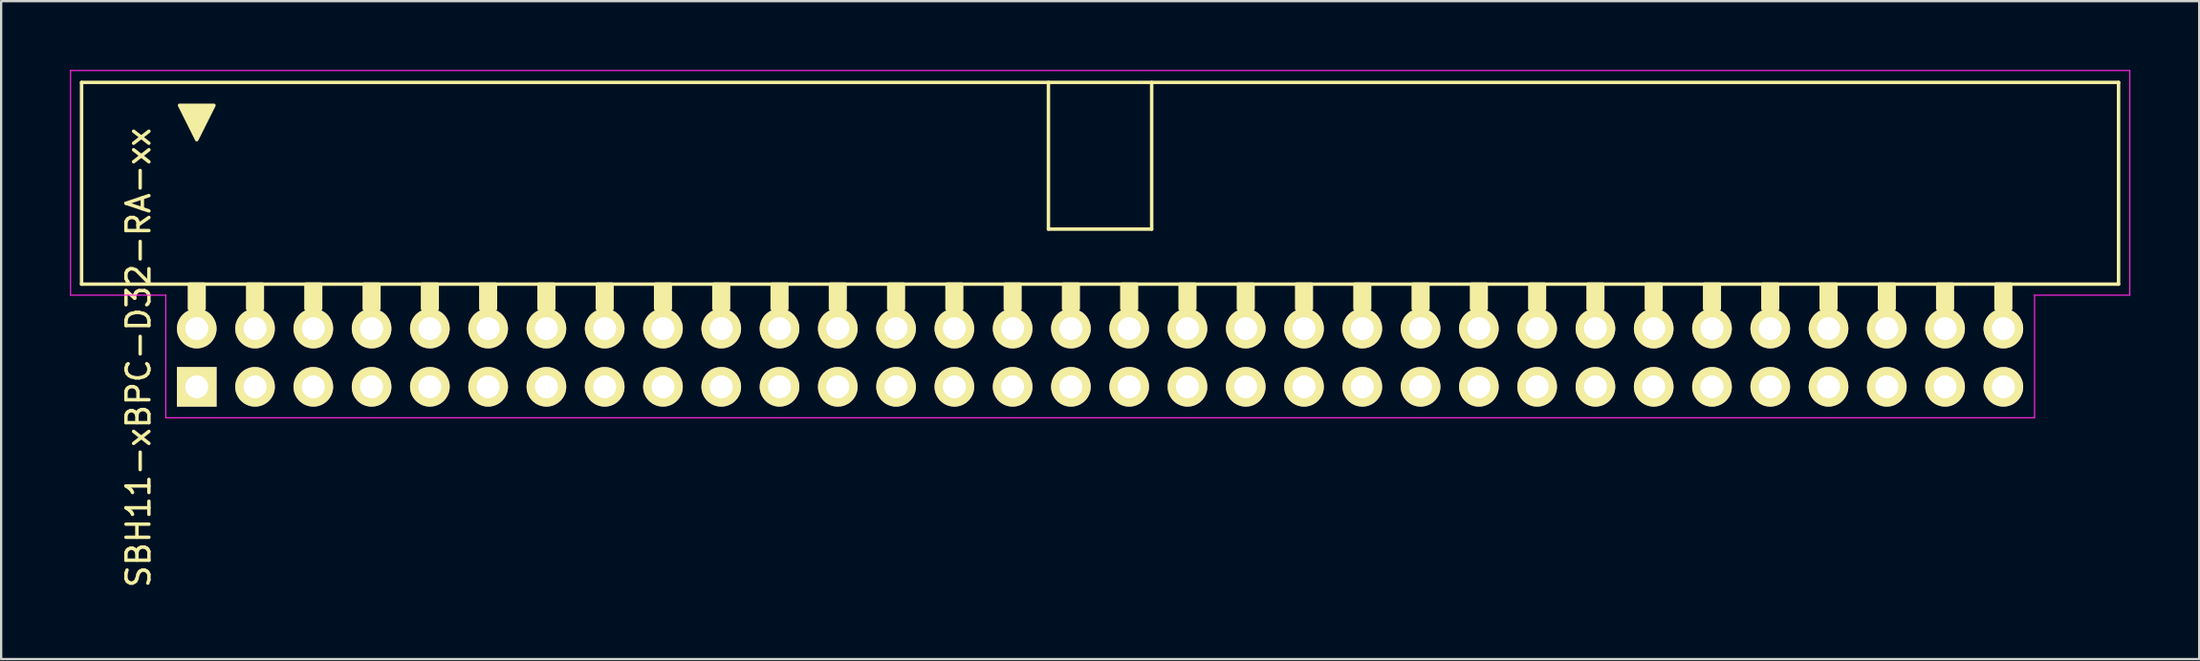
<source format=kicad_pcb>
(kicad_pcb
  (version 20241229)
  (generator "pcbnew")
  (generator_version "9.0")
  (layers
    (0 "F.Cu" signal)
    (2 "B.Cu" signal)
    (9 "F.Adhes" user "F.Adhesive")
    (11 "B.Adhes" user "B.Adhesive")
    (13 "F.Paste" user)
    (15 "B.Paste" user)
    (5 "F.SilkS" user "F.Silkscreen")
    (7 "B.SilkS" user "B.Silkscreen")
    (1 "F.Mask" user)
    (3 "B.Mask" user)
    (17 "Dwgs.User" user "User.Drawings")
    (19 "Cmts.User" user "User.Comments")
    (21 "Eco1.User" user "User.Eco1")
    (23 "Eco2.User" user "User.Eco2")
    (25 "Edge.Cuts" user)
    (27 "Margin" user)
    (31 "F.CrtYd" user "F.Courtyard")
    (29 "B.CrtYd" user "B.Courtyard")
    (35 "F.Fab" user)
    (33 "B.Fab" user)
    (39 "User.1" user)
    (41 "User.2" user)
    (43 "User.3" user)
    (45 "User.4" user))
  (footprint "SBH11-xBPC-D32-RA-xx"
    (layer "F.Cu")
    (at 5.525 13.825)
    (property "Reference" "SBH11-xBPC-D32-RA-xx" (at -2.54 -1.27 270) (layer "F.SilkS") (effects (font (size 1 1) (thickness 0.15))))
    (attr through_hole)
    (fp_line (start -5.02 -13.28) (end -5.02 -4.48) (stroke (width 0.15) (type solid)) (layer "F.SilkS"))
    (fp_line (start -5.02 -13.28) (end 83.76 -13.28) (stroke (width 0.15) (type solid)) (layer "F.SilkS"))
    (fp_line (start -5.02 -4.48) (end 83.76 -4.48) (stroke (width 0.15) (type solid)) (layer "F.SilkS"))
    (fp_line (start 37.12 -6.88) (end 37.12 -13.28) (stroke (width 0.15) (type solid)) (layer "F.SilkS"))
    (fp_line (start 37.12 -6.88) (end 41.62 -6.88) (stroke (width 0.15) (type solid)) (layer "F.SilkS"))
    (fp_line (start 41.62 -6.88) (end 41.62 -13.28) (stroke (width 0.15) (type solid)) (layer "F.SilkS"))
    (fp_line (start 83.76 -13.28) (end 83.76 -4.48) (stroke (width 0.15) (type solid)) (layer "F.SilkS"))
    (fp_poly (pts (xy 0 -10.78) (xy -0.75 -12.28) (xy 0.75 -12.28)) (stroke (width 0.15) (type solid)) (fill yes) (layer "F.SilkS"))
    (fp_poly (pts (xy 0.32 -4.48) (xy -0.32 -4.48) (xy -0.32 -3.404) (xy 0.32 -3.404)) (stroke (width 0.15) (type solid)) (fill yes) (layer "F.SilkS"))
    (fp_poly (pts (xy 2.86 -4.48) (xy 2.22 -4.48) (xy 2.22 -3.404) (xy 2.86 -3.404)) (stroke (width 0.15) (type solid)) (fill yes) (layer "F.SilkS"))
    (fp_poly (pts (xy 5.4 -4.48) (xy 4.76 -4.48) (xy 4.76 -3.404) (xy 5.4 -3.404)) (stroke (width 0.15) (type solid)) (fill yes) (layer "F.SilkS"))
    (fp_poly (pts (xy 7.94 -4.48) (xy 7.3 -4.48) (xy 7.3 -3.404) (xy 7.94 -3.404)) (stroke (width 0.15) (type solid)) (fill yes) (layer "F.SilkS"))
    (fp_poly (pts (xy 10.48 -4.48) (xy 9.84 -4.48) (xy 9.84 -3.404) (xy 10.48 -3.404)) (stroke (width 0.15) (type solid)) (fill yes) (layer "F.SilkS"))
    (fp_poly (pts (xy 13.02 -4.48) (xy 12.38 -4.48) (xy 12.38 -3.404) (xy 13.02 -3.404)) (stroke (width 0.15) (type solid)) (fill yes) (layer "F.SilkS"))
    (fp_poly (pts (xy 15.56 -4.48) (xy 14.92 -4.48) (xy 14.92 -3.404) (xy 15.56 -3.404)) (stroke (width 0.15) (type solid)) (fill yes) (layer "F.SilkS"))
    (fp_poly (pts (xy 18.1 -4.48) (xy 17.46 -4.48) (xy 17.46 -3.404) (xy 18.1 -3.404)) (stroke (width 0.15) (type solid)) (fill yes) (layer "F.SilkS"))
    (fp_poly (pts (xy 20.64 -4.48) (xy 20 -4.48) (xy 20 -3.404) (xy 20.64 -3.404)) (stroke (width 0.15) (type solid)) (fill yes) (layer "F.SilkS"))
    (fp_poly (pts (xy 23.18 -4.48) (xy 22.54 -4.48) (xy 22.54 -3.404) (xy 23.18 -3.404)) (stroke (width 0.15) (type solid)) (fill yes) (layer "F.SilkS"))
    (fp_poly (pts (xy 25.72 -4.48) (xy 25.08 -4.48) (xy 25.08 -3.404) (xy 25.72 -3.404)) (stroke (width 0.15) (type solid)) (fill yes) (layer "F.SilkS"))
    (fp_poly (pts (xy 28.26 -4.48) (xy 27.62 -4.48) (xy 27.62 -3.404) (xy 28.26 -3.404)) (stroke (width 0.15) (type solid)) (fill yes) (layer "F.SilkS"))
    (fp_poly (pts (xy 30.8 -4.48) (xy 30.16 -4.48) (xy 30.16 -3.404) (xy 30.8 -3.404)) (stroke (width 0.15) (type solid)) (fill yes) (layer "F.SilkS"))
    (fp_poly (pts (xy 33.34 -4.48) (xy 32.7 -4.48) (xy 32.7 -3.404) (xy 33.34 -3.404)) (stroke (width 0.15) (type solid)) (fill yes) (layer "F.SilkS"))
    (fp_poly (pts (xy 35.88 -4.48) (xy 35.24 -4.48) (xy 35.24 -3.404) (xy 35.88 -3.404)) (stroke (width 0.15) (type solid)) (fill yes) (layer "F.SilkS"))
    (fp_poly (pts (xy 38.42 -4.48) (xy 37.78 -4.48) (xy 37.78 -3.404) (xy 38.42 -3.404)) (stroke (width 0.15) (type solid)) (fill yes) (layer "F.SilkS"))
    (fp_poly (pts (xy 40.96 -4.48) (xy 40.32 -4.48) (xy 40.32 -3.404) (xy 40.96 -3.404)) (stroke (width 0.15) (type solid)) (fill yes) (layer "F.SilkS"))
    (fp_poly (pts (xy 43.5 -4.48) (xy 42.86 -4.48) (xy 42.86 -3.404) (xy 43.5 -3.404)) (stroke (width 0.15) (type solid)) (fill yes) (layer "F.SilkS"))
    (fp_poly (pts (xy 46.04 -4.48) (xy 45.4 -4.48) (xy 45.4 -3.404) (xy 46.04 -3.404)) (stroke (width 0.15) (type solid)) (fill yes) (layer "F.SilkS"))
    (fp_poly (pts (xy 48.58 -4.48) (xy 47.94 -4.48) (xy 47.94 -3.404) (xy 48.58 -3.404)) (stroke (width 0.15) (type solid)) (fill yes) (layer "F.SilkS"))
    (fp_poly (pts (xy 51.12 -4.48) (xy 50.48 -4.48) (xy 50.48 -3.404) (xy 51.12 -3.404)) (stroke (width 0.15) (type solid)) (fill yes) (layer "F.SilkS"))
    (fp_poly (pts (xy 53.66 -4.48) (xy 53.02 -4.48) (xy 53.02 -3.404) (xy 53.66 -3.404)) (stroke (width 0.15) (type solid)) (fill yes) (layer "F.SilkS"))
    (fp_poly (pts (xy 56.2 -4.48) (xy 55.56 -4.48) (xy 55.56 -3.404) (xy 56.2 -3.404)) (stroke (width 0.15) (type solid)) (fill yes) (layer "F.SilkS"))
    (fp_poly (pts (xy 58.74 -4.48) (xy 58.1 -4.48) (xy 58.1 -3.404) (xy 58.74 -3.404)) (stroke (width 0.15) (type solid)) (fill yes) (layer "F.SilkS"))
    (fp_poly (pts (xy 61.28 -4.48) (xy 60.64 -4.48) (xy 60.64 -3.404) (xy 61.28 -3.404)) (stroke (width 0.15) (type solid)) (fill yes) (layer "F.SilkS"))
    (fp_poly (pts (xy 63.82 -4.48) (xy 63.18 -4.48) (xy 63.18 -3.404) (xy 63.82 -3.404)) (stroke (width 0.15) (type solid)) (fill yes) (layer "F.SilkS"))
    (fp_poly (pts (xy 66.36 -4.48) (xy 65.72 -4.48) (xy 65.72 -3.404) (xy 66.36 -3.404)) (stroke (width 0.15) (type solid)) (fill yes) (layer "F.SilkS"))
    (fp_poly (pts (xy 68.9 -4.48) (xy 68.26 -4.48) (xy 68.26 -3.404) (xy 68.9 -3.404)) (stroke (width 0.15) (type solid)) (fill yes) (layer "F.SilkS"))
    (fp_poly (pts (xy 71.44 -4.48) (xy 70.8 -4.48) (xy 70.8 -3.404) (xy 71.44 -3.404)) (stroke (width 0.15) (type solid)) (fill yes) (layer "F.SilkS"))
    (fp_poly (pts (xy 73.98 -4.48) (xy 73.34 -4.48) (xy 73.34 -3.404) (xy 73.98 -3.404)) (stroke (width 0.15) (type solid)) (fill yes) (layer "F.SilkS"))
    (fp_poly (pts (xy 76.52 -4.48) (xy 75.88 -4.48) (xy 75.88 -3.404) (xy 76.52 -3.404)) (stroke (width 0.15) (type solid)) (fill yes) (layer "F.SilkS"))
    (fp_poly (pts (xy 79.06 -4.48) (xy 78.42 -4.48) (xy 78.42 -3.404) (xy 79.06 -3.404)) (stroke (width 0.15) (type solid)) (fill yes) (layer "F.SilkS"))
    (fp_line (start -5.5 -13.8) (end -5.5 -4) (stroke (width 0.05) (type solid)) (layer "F.CrtYd"))
    (fp_line (start -5.5 -13.8) (end 84.25 -13.8) (stroke (width 0.05) (type solid)) (layer "F.CrtYd"))
    (fp_line (start -5.5 -4) (end -1.35 -4) (stroke (width 0.05) (type solid)) (layer "F.CrtYd"))
    (fp_line (start -1.35 -4) (end -1.35 1.35) (stroke (width 0.05) (type solid)) (layer "F.CrtYd"))
    (fp_line (start -1.35 1.35) (end 80.1 1.35) (stroke (width 0.05) (type solid)) (layer "F.CrtYd"))
    (fp_line (start 80.1 -4) (end 80.1 1.35) (stroke (width 0.05) (type solid)) (layer "F.CrtYd"))
    (fp_line (start 84.25 -13.8) (end 84.25 -4) (stroke (width 0.05) (type solid)) (layer "F.CrtYd"))
    (fp_line (start 84.25 -4) (end 80.1 -4) (stroke (width 0.05) (type solid)) (layer "F.CrtYd"))
    (pad "1" thru_hole rect (at 0 0) (size 1.727 1.727) (drill 1) (layers "*.Cu" "*.Mask" "F.SilkS"))
    (pad "2" thru_hole circle (at 0 -2.54) (size 1.727 1.727) (drill 1) (layers "*.Cu" "*.Mask" "F.SilkS"))
    (pad "3" thru_hole circle (at 2.54 0) (size 1.727 1.727) (drill 1) (layers "*.Cu" "*.Mask" "F.SilkS"))
    (pad "4" thru_hole circle (at 2.54 -2.54) (size 1.727 1.727) (drill 1) (layers "*.Cu" "*.Mask" "F.SilkS"))
    (pad "5" thru_hole circle (at 5.08 0) (size 1.727 1.727) (drill 1) (layers "*.Cu" "*.Mask" "F.SilkS"))
    (pad "6" thru_hole circle (at 5.08 -2.54) (size 1.727 1.727) (drill 1) (layers "*.Cu" "*.Mask" "F.SilkS"))
    (pad "7" thru_hole circle (at 7.62 0) (size 1.727 1.727) (drill 1) (layers "*.Cu" "*.Mask" "F.SilkS"))
    (pad "8" thru_hole circle (at 7.62 -2.54) (size 1.727 1.727) (drill 1) (layers "*.Cu" "*.Mask" "F.SilkS"))
    (pad "9" thru_hole circle (at 10.16 0) (size 1.727 1.727) (drill 1) (layers "*.Cu" "*.Mask" "F.SilkS"))
    (pad "10" thru_hole circle (at 10.16 -2.54) (size 1.727 1.727) (drill 1) (layers "*.Cu" "*.Mask" "F.SilkS"))
    (pad "11" thru_hole circle (at 12.7 0) (size 1.727 1.727) (drill 1) (layers "*.Cu" "*.Mask" "F.SilkS"))
    (pad "12" thru_hole circle (at 12.7 -2.54) (size 1.727 1.727) (drill 1) (layers "*.Cu" "*.Mask" "F.SilkS"))
    (pad "13" thru_hole circle (at 15.24 0) (size 1.727 1.727) (drill 1) (layers "*.Cu" "*.Mask" "F.SilkS"))
    (pad "14" thru_hole circle (at 15.24 -2.54) (size 1.727 1.727) (drill 1) (layers "*.Cu" "*.Mask" "F.SilkS"))
    (pad "15" thru_hole circle (at 17.78 0) (size 1.727 1.727) (drill 1) (layers "*.Cu" "*.Mask" "F.SilkS"))
    (pad "16" thru_hole circle (at 17.78 -2.54) (size 1.727 1.727) (drill 1) (layers "*.Cu" "*.Mask" "F.SilkS"))
    (pad "17" thru_hole circle (at 20.32 0) (size 1.727 1.727) (drill 1) (layers "*.Cu" "*.Mask" "F.SilkS"))
    (pad "18" thru_hole circle (at 20.32 -2.54) (size 1.727 1.727) (drill 1) (layers "*.Cu" "*.Mask" "F.SilkS"))
    (pad "19" thru_hole circle (at 22.86 0) (size 1.727 1.727) (drill 1) (layers "*.Cu" "*.Mask" "F.SilkS"))
    (pad "20" thru_hole circle (at 22.86 -2.54) (size 1.727 1.727) (drill 1) (layers "*.Cu" "*.Mask" "F.SilkS"))
    (pad "21" thru_hole circle (at 25.4 0) (size 1.727 1.727) (drill 1) (layers "*.Cu" "*.Mask" "F.SilkS"))
    (pad "22" thru_hole circle (at 25.4 -2.54) (size 1.727 1.727) (drill 1) (layers "*.Cu" "*.Mask" "F.SilkS"))
    (pad "23" thru_hole circle (at 27.94 0) (size 1.727 1.727) (drill 1) (layers "*.Cu" "*.Mask" "F.SilkS"))
    (pad "24" thru_hole circle (at 27.94 -2.54) (size 1.727 1.727) (drill 1) (layers "*.Cu" "*.Mask" "F.SilkS"))
    (pad "25" thru_hole circle (at 30.48 0) (size 1.727 1.727) (drill 1) (layers "*.Cu" "*.Mask" "F.SilkS"))
    (pad "26" thru_hole circle (at 30.48 -2.54) (size 1.727 1.727) (drill 1) (layers "*.Cu" "*.Mask" "F.SilkS"))
    (pad "27" thru_hole circle (at 33.02 0) (size 1.727 1.727) (drill 1) (layers "*.Cu" "*.Mask" "F.SilkS"))
    (pad "28" thru_hole circle (at 33.02 -2.54) (size 1.727 1.727) (drill 1) (layers "*.Cu" "*.Mask" "F.SilkS"))
    (pad "29" thru_hole circle (at 35.56 0) (size 1.727 1.727) (drill 1) (layers "*.Cu" "*.Mask" "F.SilkS"))
    (pad "30" thru_hole circle (at 35.56 -2.54) (size 1.727 1.727) (drill 1) (layers "*.Cu" "*.Mask" "F.SilkS"))
    (pad "31" thru_hole circle (at 38.1 0) (size 1.727 1.727) (drill 1) (layers "*.Cu" "*.Mask" "F.SilkS"))
    (pad "32" thru_hole circle (at 38.1 -2.54) (size 1.727 1.727) (drill 1) (layers "*.Cu" "*.Mask" "F.SilkS"))
    (pad "33" thru_hole circle (at 40.64 0) (size 1.727 1.727) (drill 1) (layers "*.Cu" "*.Mask" "F.SilkS"))
    (pad "34" thru_hole circle (at 40.64 -2.54) (size 1.727 1.727) (drill 1) (layers "*.Cu" "*.Mask" "F.SilkS"))
    (pad "35" thru_hole circle (at 43.18 0) (size 1.727 1.727) (drill 1) (layers "*.Cu" "*.Mask" "F.SilkS"))
    (pad "36" thru_hole circle (at 43.18 -2.54) (size 1.727 1.727) (drill 1) (layers "*.Cu" "*.Mask" "F.SilkS"))
    (pad "37" thru_hole circle (at 45.72 0) (size 1.727 1.727) (drill 1) (layers "*.Cu" "*.Mask" "F.SilkS"))
    (pad "38" thru_hole circle (at 45.72 -2.54) (size 1.727 1.727) (drill 1) (layers "*.Cu" "*.Mask" "F.SilkS"))
    (pad "39" thru_hole circle (at 48.26 0) (size 1.727 1.727) (drill 1) (layers "*.Cu" "*.Mask" "F.SilkS"))
    (pad "40" thru_hole circle (at 48.26 -2.54) (size 1.727 1.727) (drill 1) (layers "*.Cu" "*.Mask" "F.SilkS"))
    (pad "41" thru_hole circle (at 50.8 0) (size 1.727 1.727) (drill 1) (layers "*.Cu" "*.Mask" "F.SilkS"))
    (pad "42" thru_hole circle (at 50.8 -2.54) (size 1.727 1.727) (drill 1) (layers "*.Cu" "*.Mask" "F.SilkS"))
    (pad "43" thru_hole circle (at 53.34 0) (size 1.727 1.727) (drill 1) (layers "*.Cu" "*.Mask" "F.SilkS"))
    (pad "44" thru_hole circle (at 53.34 -2.54) (size 1.727 1.727) (drill 1) (layers "*.Cu" "*.Mask" "F.SilkS"))
    (pad "45" thru_hole circle (at 55.88 0) (size 1.727 1.727) (drill 1) (layers "*.Cu" "*.Mask" "F.SilkS"))
    (pad "46" thru_hole circle (at 55.88 -2.54) (size 1.727 1.727) (drill 1) (layers "*.Cu" "*.Mask" "F.SilkS"))
    (pad "47" thru_hole circle (at 58.42 0) (size 1.727 1.727) (drill 1) (layers "*.Cu" "*.Mask" "F.SilkS"))
    (pad "48" thru_hole circle (at 58.42 -2.54) (size 1.727 1.727) (drill 1) (layers "*.Cu" "*.Mask" "F.SilkS"))
    (pad "49" thru_hole circle (at 60.96 0) (size 1.727 1.727) (drill 1) (layers "*.Cu" "*.Mask" "F.SilkS"))
    (pad "50" thru_hole circle (at 60.96 -2.54) (size 1.727 1.727) (drill 1) (layers "*.Cu" "*.Mask" "F.SilkS"))
    (pad "51" thru_hole circle (at 63.5 0) (size 1.727 1.727) (drill 1) (layers "*.Cu" "*.Mask" "F.SilkS"))
    (pad "52" thru_hole circle (at 63.5 -2.54) (size 1.727 1.727) (drill 1) (layers "*.Cu" "*.Mask" "F.SilkS"))
    (pad "53" thru_hole circle (at 66.04 0) (size 1.727 1.727) (drill 1) (layers "*.Cu" "*.Mask" "F.SilkS"))
    (pad "54" thru_hole circle (at 66.04 -2.54) (size 1.727 1.727) (drill 1) (layers "*.Cu" "*.Mask" "F.SilkS"))
    (pad "55" thru_hole circle (at 68.58 0) (size 1.727 1.727) (drill 1) (layers "*.Cu" "*.Mask" "F.SilkS"))
    (pad "56" thru_hole circle (at 68.58 -2.54) (size 1.727 1.727) (drill 1) (layers "*.Cu" "*.Mask" "F.SilkS"))
    (pad "57" thru_hole circle (at 71.12 0) (size 1.727 1.727) (drill 1) (layers "*.Cu" "*.Mask" "F.SilkS"))
    (pad "58" thru_hole circle (at 71.12 -2.54) (size 1.727 1.727) (drill 1) (layers "*.Cu" "*.Mask" "F.SilkS"))
    (pad "59" thru_hole circle (at 73.66 0) (size 1.727 1.727) (drill 1) (layers "*.Cu" "*.Mask" "F.SilkS"))
    (pad "60" thru_hole circle (at 73.66 -2.54) (size 1.727 1.727) (drill 1) (layers "*.Cu" "*.Mask" "F.SilkS"))
    (pad "61" thru_hole circle (at 76.2 0) (size 1.727 1.727) (drill 1) (layers "*.Cu" "*.Mask" "F.SilkS"))
    (pad "62" thru_hole circle (at 76.2 -2.54) (size 1.727 1.727) (drill 1) (layers "*.Cu" "*.Mask" "F.SilkS"))
    (pad "63" thru_hole circle (at 78.74 0) (size 1.727 1.727) (drill 1) (layers "*.Cu" "*.Mask" "F.SilkS"))
    (pad "64" thru_hole circle (at 78.74 -2.54) (size 1.727 1.727) (drill 1) (layers "*.Cu" "*.Mask" "F.SilkS")))
  (gr_rect
    (start -3 -3)
    (end 92.8 25.704)
    (stroke (width 0.1) (type default))
    (fill no)
    (layer "Edge.Cuts")))
</source>
